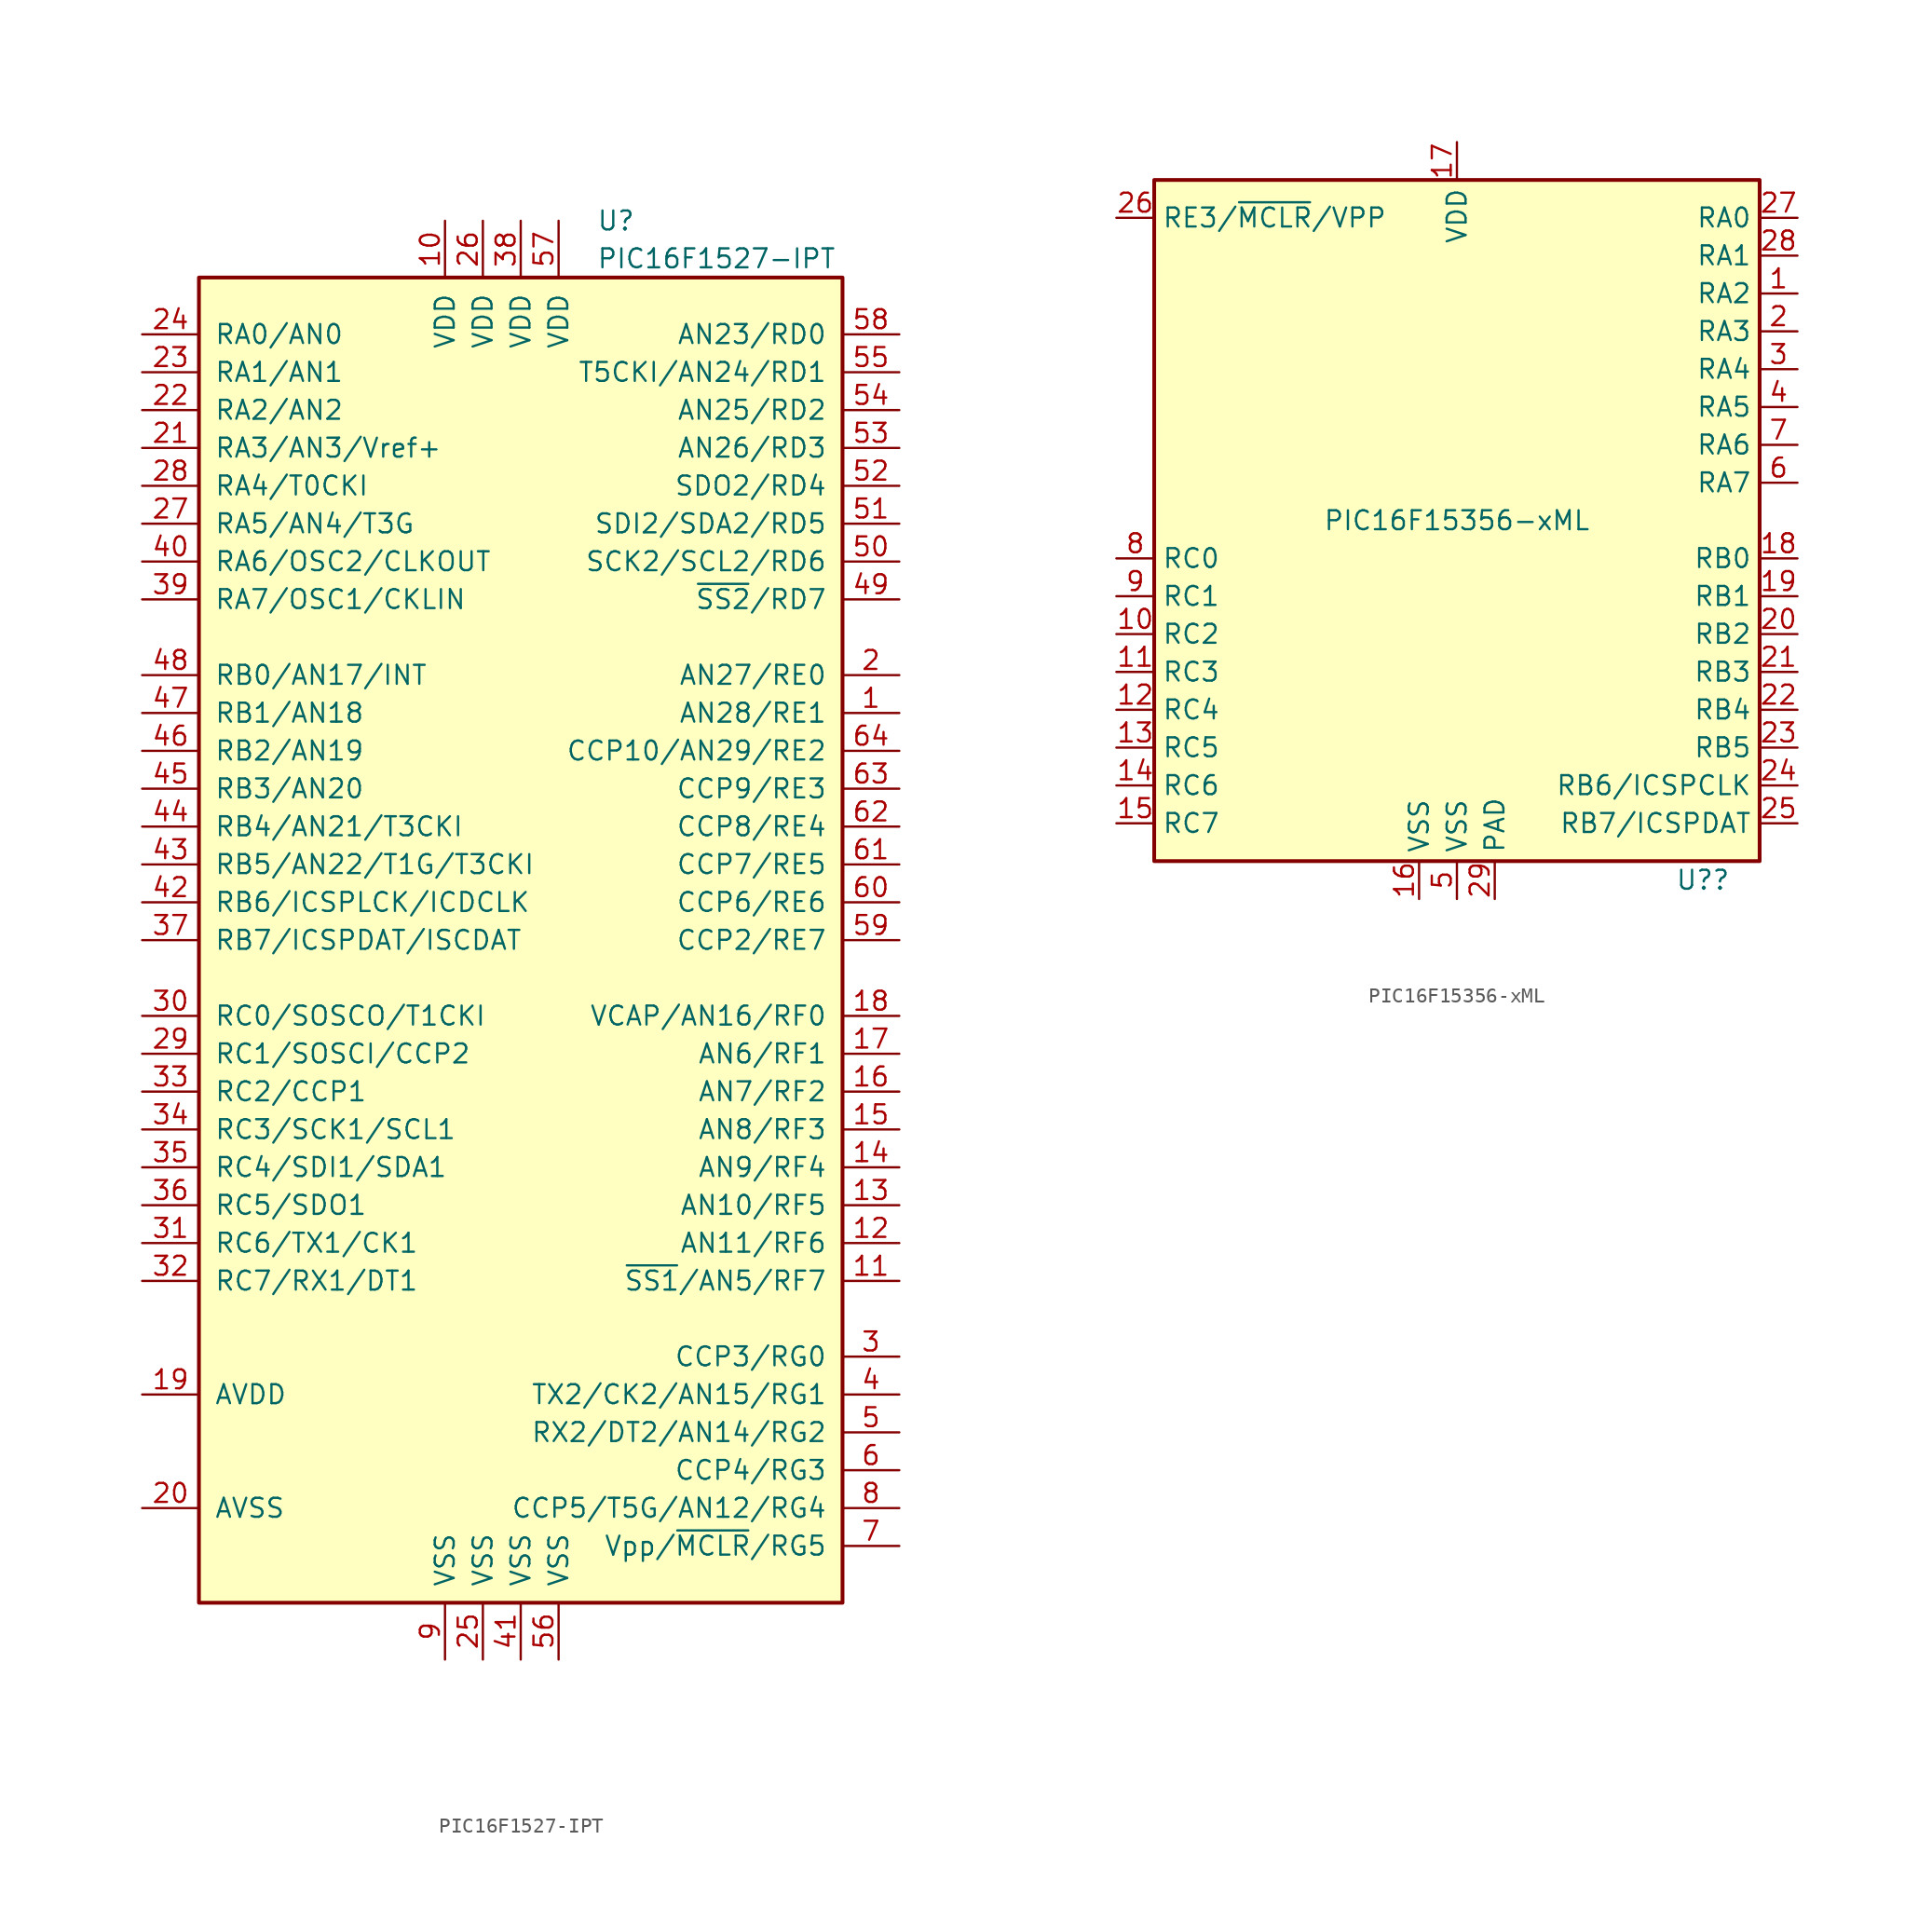
<source format=kicad_sym>
(kicad_symbol_lib
  (version 20220914)
  (generator kicad_symbol_editor)
  (symbol "PIC16F1527-IPT"
    (pin_names
      (offset 1.016))
    (property "Reference" "U"
      (at 5.08 48.26 0)
      (effects (font (size 1.27 1.27)) (justify left)))
    (property "Value" "PIC16F1527-IPT"
      (at 5.08 45.72 0)
      (effects (font (size 1.27 1.27)) (justify left)))
    (symbol "PIC16F1527-IPT_0_1"
      (rectangle (start -21.59 44.45) (end 21.59 -44.45) (stroke (width 0.254) (type default)) (fill (type background))))
    (symbol "PIC16F1527-IPT_1_1"
      (pin bidirectional line (at 25.4 15.24 180) (length 3.81) (name "AN28/RE1" (effects (font (size 1.27 1.27)))) (number "1" (effects (font (size 1.27 1.27)))))
      (pin power_in line (at -5.08 48.26 270) (length 3.81) (name "VDD" (effects (font (size 1.27 1.27)))) (number "10" (effects (font (size 1.27 1.27)))))
      (pin bidirectional line (at 25.4 -22.86 180) (length 3.81) (name "~{SS1}/AN5/RF7" (effects (font (size 1.27 1.27)))) (number "11" (effects (font (size 1.27 1.27)))))
      (pin bidirectional line (at 25.4 -20.32 180) (length 3.81) (name "AN11/RF6" (effects (font (size 1.27 1.27)))) (number "12" (effects (font (size 1.27 1.27)))))
      (pin bidirectional line (at 25.4 -17.78 180) (length 3.81) (name "AN10/RF5" (effects (font (size 1.27 1.27)))) (number "13" (effects (font (size 1.27 1.27)))))
      (pin bidirectional line (at 25.4 -15.24 180) (length 3.81) (name "AN9/RF4" (effects (font (size 1.27 1.27)))) (number "14" (effects (font (size 1.27 1.27)))))
      (pin bidirectional line (at 25.4 -12.7 180) (length 3.81) (name "AN8/RF3" (effects (font (size 1.27 1.27)))) (number "15" (effects (font (size 1.27 1.27)))))
      (pin bidirectional line (at 25.4 -10.16 180) (length 3.81) (name "AN7/RF2" (effects (font (size 1.27 1.27)))) (number "16" (effects (font (size 1.27 1.27)))))
      (pin bidirectional line (at 25.4 -7.62 180) (length 3.81) (name "AN6/RF1" (effects (font (size 1.27 1.27)))) (number "17" (effects (font (size 1.27 1.27)))))
      (pin bidirectional line (at 25.4 -5.08 180) (length 3.81) (name "VCAP/AN16/RF0" (effects (font (size 1.27 1.27)))) (number "18" (effects (font (size 1.27 1.27)))))
      (pin power_in line (at -25.4 -30.48 0) (length 3.81) (name "AVDD" (effects (font (size 1.27 1.27)))) (number "19" (effects (font (size 1.27 1.27)))))
      (pin bidirectional line (at 25.4 17.78 180) (length 3.81) (name "AN27/RE0" (effects (font (size 1.27 1.27)))) (number "2" (effects (font (size 1.27 1.27)))))
      (pin power_in line (at -25.4 -38.1 0) (length 3.81) (name "AVSS" (effects (font (size 1.27 1.27)))) (number "20" (effects (font (size 1.27 1.27)))))
      (pin bidirectional line (at -25.4 33.02 0) (length 3.81) (name "RA3/AN3/Vref+" (effects (font (size 1.27 1.27)))) (number "21" (effects (font (size 1.27 1.27)))))
      (pin bidirectional line (at -25.4 35.56 0) (length 3.81) (name "RA2/AN2" (effects (font (size 1.27 1.27)))) (number "22" (effects (font (size 1.27 1.27)))))
      (pin bidirectional line (at -25.4 38.1 0) (length 3.81) (name "RA1/AN1" (effects (font (size 1.27 1.27)))) (number "23" (effects (font (size 1.27 1.27)))))
      (pin bidirectional line (at -25.4 40.64 0) (length 3.81) (name "RA0/AN0" (effects (font (size 1.27 1.27)))) (number "24" (effects (font (size 1.27 1.27)))))
      (pin power_in line (at -2.54 -48.26 90) (length 3.81) (name "VSS" (effects (font (size 1.27 1.27)))) (number "25" (effects (font (size 1.27 1.27)))))
      (pin power_in line (at -2.54 48.26 270) (length 3.81) (name "VDD" (effects (font (size 1.27 1.27)))) (number "26" (effects (font (size 1.27 1.27)))))
      (pin bidirectional line (at -25.4 27.94 0) (length 3.81) (name "RA5/AN4/T3G" (effects (font (size 1.27 1.27)))) (number "27" (effects (font (size 1.27 1.27)))))
      (pin bidirectional line (at -25.4 30.48 0) (length 3.81) (name "RA4/T0CKI" (effects (font (size 1.27 1.27)))) (number "28" (effects (font (size 1.27 1.27)))))
      (pin bidirectional line (at -25.4 -7.62 0) (length 3.81) (name "RC1/SOSCI/CCP2" (effects (font (size 1.27 1.27)))) (number "29" (effects (font (size 1.27 1.27)))))
      (pin bidirectional line (at 25.4 -27.94 180) (length 3.81) (name "CCP3/RG0" (effects (font (size 1.27 1.27)))) (number "3" (effects (font (size 1.27 1.27)))))
      (pin bidirectional line (at -25.4 -5.08 0) (length 3.81) (name "RC0/SOSCO/T1CKI" (effects (font (size 1.27 1.27)))) (number "30" (effects (font (size 1.27 1.27)))))
      (pin bidirectional line (at -25.4 -20.32 0) (length 3.81) (name "RC6/TX1/CK1" (effects (font (size 1.27 1.27)))) (number "31" (effects (font (size 1.27 1.27)))))
      (pin bidirectional line (at -25.4 -22.86 0) (length 3.81) (name "RC7/RX1/DT1" (effects (font (size 1.27 1.27)))) (number "32" (effects (font (size 1.27 1.27)))))
      (pin bidirectional line (at -25.4 -10.16 0) (length 3.81) (name "RC2/CCP1" (effects (font (size 1.27 1.27)))) (number "33" (effects (font (size 1.27 1.27)))))
      (pin bidirectional line (at -25.4 -12.7 0) (length 3.81) (name "RC3/SCK1/SCL1" (effects (font (size 1.27 1.27)))) (number "34" (effects (font (size 1.27 1.27)))))
      (pin bidirectional line (at -25.4 -15.24 0) (length 3.81) (name "RC4/SDI1/SDA1" (effects (font (size 1.27 1.27)))) (number "35" (effects (font (size 1.27 1.27)))))
      (pin bidirectional line (at -25.4 -17.78 0) (length 3.81) (name "RC5/SDO1" (effects (font (size 1.27 1.27)))) (number "36" (effects (font (size 1.27 1.27)))))
      (pin bidirectional line (at -25.4 0 0) (length 3.81) (name "RB7/ICSPDAT/ISCDAT" (effects (font (size 1.27 1.27)))) (number "37" (effects (font (size 1.27 1.27)))))
      (pin power_in line (at 0 48.26 270) (length 3.81) (name "VDD" (effects (font (size 1.27 1.27)))) (number "38" (effects (font (size 1.27 1.27)))))
      (pin bidirectional line (at -25.4 22.86 0) (length 3.81) (name "RA7/OSC1/CKLIN" (effects (font (size 1.27 1.27)))) (number "39" (effects (font (size 1.27 1.27)))))
      (pin bidirectional line (at 25.4 -30.48 180) (length 3.81) (name "TX2/CK2/AN15/RG1" (effects (font (size 1.27 1.27)))) (number "4" (effects (font (size 1.27 1.27)))))
      (pin bidirectional line (at -25.4 25.4 0) (length 3.81) (name "RA6/OSC2/CLKOUT" (effects (font (size 1.27 1.27)))) (number "40" (effects (font (size 1.27 1.27)))))
      (pin power_in line (at 0 -48.26 90) (length 3.81) (name "VSS" (effects (font (size 1.27 1.27)))) (number "41" (effects (font (size 1.27 1.27)))))
      (pin bidirectional line (at -25.4 2.54 0) (length 3.81) (name "RB6/ICSPLCK/ICDCLK" (effects (font (size 1.27 1.27)))) (number "42" (effects (font (size 1.27 1.27)))))
      (pin bidirectional line (at -25.4 5.08 0) (length 3.81) (name "RB5/AN22/T1G/T3CKI" (effects (font (size 1.27 1.27)))) (number "43" (effects (font (size 1.27 1.27)))))
      (pin bidirectional line (at -25.4 7.62 0) (length 3.81) (name "RB4/AN21/T3CKI" (effects (font (size 1.27 1.27)))) (number "44" (effects (font (size 1.27 1.27)))))
      (pin bidirectional line (at -25.4 10.16 0) (length 3.81) (name "RB3/AN20" (effects (font (size 1.27 1.27)))) (number "45" (effects (font (size 1.27 1.27)))))
      (pin bidirectional line (at -25.4 12.7 0) (length 3.81) (name "RB2/AN19" (effects (font (size 1.27 1.27)))) (number "46" (effects (font (size 1.27 1.27)))))
      (pin bidirectional line (at -25.4 15.24 0) (length 3.81) (name "RB1/AN18" (effects (font (size 1.27 1.27)))) (number "47" (effects (font (size 1.27 1.27)))))
      (pin bidirectional line (at -25.4 17.78 0) (length 3.81) (name "RB0/AN17/INT" (effects (font (size 1.27 1.27)))) (number "48" (effects (font (size 1.27 1.27)))))
      (pin bidirectional line (at 25.4 22.86 180) (length 3.81) (name "~{SS2}/RD7" (effects (font (size 1.27 1.27)))) (number "49" (effects (font (size 1.27 1.27)))))
      (pin bidirectional line (at 25.4 -33.02 180) (length 3.81) (name "RX2/DT2/AN14/RG2" (effects (font (size 1.27 1.27)))) (number "5" (effects (font (size 1.27 1.27)))))
      (pin bidirectional line (at 25.4 25.4 180) (length 3.81) (name "SCK2/SCL2/RD6" (effects (font (size 1.27 1.27)))) (number "50" (effects (font (size 1.27 1.27)))))
      (pin bidirectional line (at 25.4 27.94 180) (length 3.81) (name "SDI2/SDA2/RD5" (effects (font (size 1.27 1.27)))) (number "51" (effects (font (size 1.27 1.27)))))
      (pin bidirectional line (at 25.4 30.48 180) (length 3.81) (name "SDO2/RD4" (effects (font (size 1.27 1.27)))) (number "52" (effects (font (size 1.27 1.27)))))
      (pin bidirectional line (at 25.4 33.02 180) (length 3.81) (name "AN26/RD3" (effects (font (size 1.27 1.27)))) (number "53" (effects (font (size 1.27 1.27)))))
      (pin bidirectional line (at 25.4 35.56 180) (length 3.81) (name "AN25/RD2" (effects (font (size 1.27 1.27)))) (number "54" (effects (font (size 1.27 1.27)))))
      (pin bidirectional line (at 25.4 38.1 180) (length 3.81) (name "T5CKI/AN24/RD1" (effects (font (size 1.27 1.27)))) (number "55" (effects (font (size 1.27 1.27)))))
      (pin power_in line (at 2.54 -48.26 90) (length 3.81) (name "VSS" (effects (font (size 1.27 1.27)))) (number "56" (effects (font (size 1.27 1.27)))))
      (pin power_in line (at 2.54 48.26 270) (length 3.81) (name "VDD" (effects (font (size 1.27 1.27)))) (number "57" (effects (font (size 1.27 1.27)))))
      (pin bidirectional line (at 25.4 40.64 180) (length 3.81) (name "AN23/RD0" (effects (font (size 1.27 1.27)))) (number "58" (effects (font (size 1.27 1.27)))))
      (pin bidirectional line (at 25.4 0 180) (length 3.81) (name "CCP2/RE7" (effects (font (size 1.27 1.27)))) (number "59" (effects (font (size 1.27 1.27)))))
      (pin bidirectional line (at 25.4 -35.56 180) (length 3.81) (name "CCP4/RG3" (effects (font (size 1.27 1.27)))) (number "6" (effects (font (size 1.27 1.27)))))
      (pin bidirectional line (at 25.4 2.54 180) (length 3.81) (name "CCP6/RE6" (effects (font (size 1.27 1.27)))) (number "60" (effects (font (size 1.27 1.27)))))
      (pin bidirectional line (at 25.4 5.08 180) (length 3.81) (name "CCP7/RE5" (effects (font (size 1.27 1.27)))) (number "61" (effects (font (size 1.27 1.27)))))
      (pin bidirectional line (at 25.4 7.62 180) (length 3.81) (name "CCP8/RE4" (effects (font (size 1.27 1.27)))) (number "62" (effects (font (size 1.27 1.27)))))
      (pin bidirectional line (at 25.4 10.16 180) (length 3.81) (name "CCP9/RE3" (effects (font (size 1.27 1.27)))) (number "63" (effects (font (size 1.27 1.27)))))
      (pin bidirectional line (at 25.4 12.7 180) (length 3.81) (name "CCP10/AN29/RE2" (effects (font (size 1.27 1.27)))) (number "64" (effects (font (size 1.27 1.27)))))
      (pin input line (at 25.4 -40.64 180) (length 3.81) (name "Vpp/~{MCLR}/RG5" (effects (font (size 1.27 1.27)))) (number "7" (effects (font (size 1.27 1.27)))))
      (pin bidirectional line (at 25.4 -38.1 180) (length 3.81) (name "CCP5/T5G/AN12/RG4" (effects (font (size 1.27 1.27)))) (number "8" (effects (font (size 1.27 1.27)))))
      (pin power_in line (at -5.08 -48.26 90) (length 3.81) (name "VSS" (effects (font (size 1.27 1.27)))) (number "9" (effects (font (size 1.27 1.27)))))))
  (symbol "PIC16F15356-xML"
    (property "Reference" "U?"
      (at 16.51 -24.13 0)
      (effects (font (size 1.27 1.27))))
    (property "Value" "PIC16F15356-xML"
      (at 0 0 0)
      (effects (font (size 1.27 1.27))))
    (symbol "PIC16F15356-xML_0_0"
      (pin power_in line (at 2.54 -25.4 90) (length 2.54) (name "PAD" (effects (font (size 1.27 1.27)))) (number "29" (effects (font (size 1.27 1.27))))))
    (symbol "PIC16F15356-xML_0_1"
      (rectangle (start -20.32 -22.86) (end 20.32 22.86) (stroke (width 0.254) (type default)) (fill (type background))))
    (symbol "PIC16F15356-xML_1_1"
      (pin bidirectional line (at 22.86 15.24 180) (length 2.54) (name "RA2" (effects (font (size 1.27 1.27)))) (number "1" (effects (font (size 1.27 1.27)))))
      (pin bidirectional line (at -22.86 -7.62 0) (length 2.54) (name "RC2" (effects (font (size 1.27 1.27)))) (number "10" (effects (font (size 1.27 1.27)))))
      (pin bidirectional line (at -22.86 -10.16 0) (length 2.54) (name "RC3" (effects (font (size 1.27 1.27)))) (number "11" (effects (font (size 1.27 1.27)))))
      (pin bidirectional line (at -22.86 -12.7 0) (length 2.54) (name "RC4" (effects (font (size 1.27 1.27)))) (number "12" (effects (font (size 1.27 1.27)))))
      (pin bidirectional line (at -22.86 -15.24 0) (length 2.54) (name "RC5" (effects (font (size 1.27 1.27)))) (number "13" (effects (font (size 1.27 1.27)))))
      (pin bidirectional line (at -22.86 -17.78 0) (length 2.54) (name "RC6" (effects (font (size 1.27 1.27)))) (number "14" (effects (font (size 1.27 1.27)))))
      (pin bidirectional line (at -22.86 -20.32 0) (length 2.54) (name "RC7" (effects (font (size 1.27 1.27)))) (number "15" (effects (font (size 1.27 1.27)))))
      (pin power_in line (at -2.54 -25.4 90) (length 2.54) (name "VSS" (effects (font (size 1.27 1.27)))) (number "16" (effects (font (size 1.27 1.27)))))
      (pin power_in line (at 0 25.4 270) (length 2.54) (name "VDD" (effects (font (size 1.27 1.27)))) (number "17" (effects (font (size 1.27 1.27)))))
      (pin bidirectional line (at 22.86 -2.54 180) (length 2.54) (name "RB0" (effects (font (size 1.27 1.27)))) (number "18" (effects (font (size 1.27 1.27)))))
      (pin bidirectional line (at 22.86 -5.08 180) (length 2.54) (name "RB1" (effects (font (size 1.27 1.27)))) (number "19" (effects (font (size 1.27 1.27)))))
      (pin bidirectional line (at 22.86 12.7 180) (length 2.54) (name "RA3" (effects (font (size 1.27 1.27)))) (number "2" (effects (font (size 1.27 1.27)))))
      (pin bidirectional line (at 22.86 -7.62 180) (length 2.54) (name "RB2" (effects (font (size 1.27 1.27)))) (number "20" (effects (font (size 1.27 1.27)))))
      (pin bidirectional line (at 22.86 -10.16 180) (length 2.54) (name "RB3" (effects (font (size 1.27 1.27)))) (number "21" (effects (font (size 1.27 1.27)))))
      (pin bidirectional line (at 22.86 -12.7 180) (length 2.54) (name "RB4" (effects (font (size 1.27 1.27)))) (number "22" (effects (font (size 1.27 1.27)))))
      (pin bidirectional line (at 22.86 -15.24 180) (length 2.54) (name "RB5" (effects (font (size 1.27 1.27)))) (number "23" (effects (font (size 1.27 1.27)))))
      (pin bidirectional line (at 22.86 -17.78 180) (length 2.54) (name "RB6/ICSPCLK" (effects (font (size 1.27 1.27)))) (number "24" (effects (font (size 1.27 1.27)))))
      (pin bidirectional line (at 22.86 -20.32 180) (length 2.54) (name "RB7/ICSPDAT" (effects (font (size 1.27 1.27)))) (number "25" (effects (font (size 1.27 1.27)))))
      (pin bidirectional line (at -22.86 20.32 0) (length 2.54) (name "RE3/~{MCLR}/VPP" (effects (font (size 1.27 1.27)))) (number "26" (effects (font (size 1.27 1.27)))))
      (pin bidirectional line (at 22.86 20.32 180) (length 2.54) (name "RA0" (effects (font (size 1.27 1.27)))) (number "27" (effects (font (size 1.27 1.27)))))
      (pin bidirectional line (at 22.86 17.78 180) (length 2.54) (name "RA1" (effects (font (size 1.27 1.27)))) (number "28" (effects (font (size 1.27 1.27)))))
      (pin bidirectional line (at 22.86 10.16 180) (length 2.54) (name "RA4" (effects (font (size 1.27 1.27)))) (number "3" (effects (font (size 1.27 1.27)))))
      (pin bidirectional line (at 22.86 7.62 180) (length 2.54) (name "RA5" (effects (font (size 1.27 1.27)))) (number "4" (effects (font (size 1.27 1.27)))))
      (pin power_in line (at 0 -25.4 90) (length 2.54) (name "VSS" (effects (font (size 1.27 1.27)))) (number "5" (effects (font (size 1.27 1.27)))))
      (pin bidirectional line (at 22.86 2.54 180) (length 2.54) (name "RA7" (effects (font (size 1.27 1.27)))) (number "6" (effects (font (size 1.27 1.27)))))
      (pin bidirectional line (at 22.86 5.08 180) (length 2.54) (name "RA6" (effects (font (size 1.27 1.27)))) (number "7" (effects (font (size 1.27 1.27)))))
      (pin bidirectional line (at -22.86 -2.54 0) (length 2.54) (name "RC0" (effects (font (size 1.27 1.27)))) (number "8" (effects (font (size 1.27 1.27)))))
      (pin bidirectional line (at -22.86 -5.08 0) (length 2.54) (name "RC1" (effects (font (size 1.27 1.27)))) (number "9" (effects (font (size 1.27 1.27))))))))
</source>
